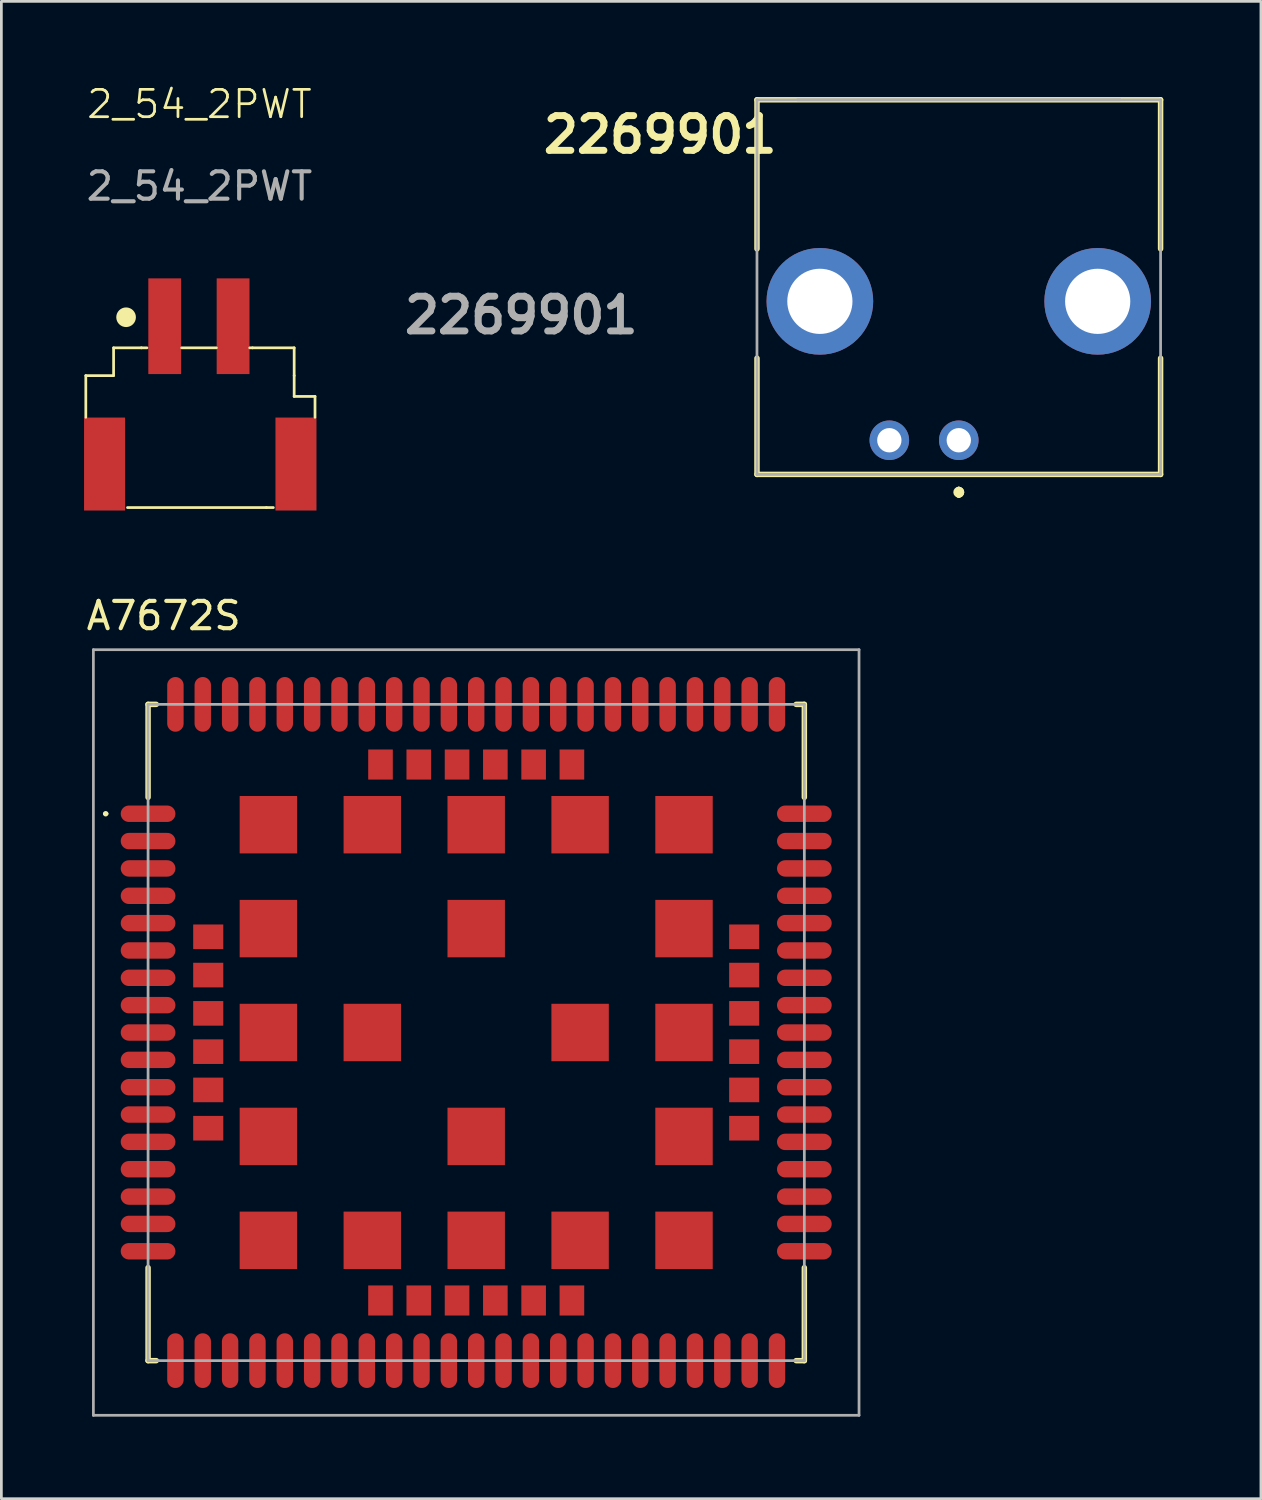
<source format=kicad_pcb>
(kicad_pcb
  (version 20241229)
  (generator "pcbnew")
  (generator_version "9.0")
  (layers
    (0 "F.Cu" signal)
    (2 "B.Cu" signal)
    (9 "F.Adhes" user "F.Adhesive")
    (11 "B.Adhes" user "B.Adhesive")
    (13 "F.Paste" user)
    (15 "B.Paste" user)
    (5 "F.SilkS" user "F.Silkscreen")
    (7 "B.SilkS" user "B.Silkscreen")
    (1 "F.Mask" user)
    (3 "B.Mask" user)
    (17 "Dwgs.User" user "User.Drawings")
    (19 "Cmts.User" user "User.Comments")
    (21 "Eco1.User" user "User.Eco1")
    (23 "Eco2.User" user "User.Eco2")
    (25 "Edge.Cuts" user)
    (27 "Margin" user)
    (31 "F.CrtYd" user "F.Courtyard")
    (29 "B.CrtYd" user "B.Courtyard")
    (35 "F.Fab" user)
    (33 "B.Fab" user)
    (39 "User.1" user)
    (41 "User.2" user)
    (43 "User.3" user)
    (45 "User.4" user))
  (footprint "2_54_2PWT"
    (layer "F.Cu")
    (at 2.374 10.63)
    (property "Reference" "2_54_2PWT" (at 1.87 -9.87 0) (unlocked yes) (layer "F.SilkS") (effects (font (size 1 1) (thickness 0.1))))
    (attr smd)
    (fp_line (start -2.286 0.056) (end -2.286 1.58) (stroke (width 0.1) (type default)) (layer "F.SilkS"))
    (fp_line (start -1.27 -0.96) (end -1.27 0.056) (stroke (width 0.1) (type default)) (layer "F.SilkS"))
    (fp_line (start -1.27 0.056) (end -2.286 0.056) (stroke (width 0.1) (type default)) (layer "F.SilkS"))
    (fp_line (start -0.762 4.882) (end 4.318 4.882) (stroke (width 0.1) (type default)) (layer "F.SilkS"))
    (fp_line (start -0.254 -0.96) (end -1.27 -0.96) (stroke (width 0.1) (type default)) (layer "F.SilkS"))
    (fp_line (start -0.051 -0.96) (end -0.254 -0.96) (stroke (width 0.1) (type default)) (layer "F.SilkS"))
    (fp_line (start 2.489 -0.96) (end 1.219 -0.96) (stroke (width 0.1) (type default)) (layer "F.SilkS"))
    (fp_line (start 3.81 -0.96) (end 3.708 -0.96) (stroke (width 0.1) (type default)) (layer "F.SilkS"))
    (fp_line (start 4.318 4.882) (end 4.572 4.882) (stroke (width 0.1) (type default)) (layer "F.SilkS"))
    (fp_line (start 5.334 -0.96) (end 3.81 -0.96) (stroke (width 0.1) (type default)) (layer "F.SilkS"))
    (fp_line (start 5.334 0.056) (end 5.334 -0.96) (stroke (width 0.1) (type default)) (layer "F.SilkS"))
    (fp_line (start 5.334 0.818) (end 5.334 0.056) (stroke (width 0.1) (type default)) (layer "F.SilkS"))
    (fp_line (start 6.096 0.818) (end 5.334 0.818) (stroke (width 0.1) (type default)) (layer "F.SilkS"))
    (fp_line (start 6.096 1.58) (end 6.096 0.818) (stroke (width 0.1) (type default)) (layer "F.SilkS"))
    (fp_circle (center -0.813 -2.078) (end -0.504 -2.078) (stroke (width 0.1) (type solid)) (fill yes) (layer "F.SilkS"))
    (fp_text user "${REFERENCE}" (at 1.87 -6.87 0) (unlocked yes) (layer "F.Fab") (effects (font (size 1 1) (thickness 0.15))))
    (pad "1" smd rect (at 0.6 -1.75 90) (size 3.5 1.2) (layers "F.Cu" "F.Mask" "F.Paste"))
    (pad "2" smd rect (at 3.1 -1.75 90) (size 3.5 1.2) (layers "F.Cu" "F.Mask" "F.Paste"))
    (pad "3" smd rect (at 5.4 3.29 90) (size 3.4 1.5) (layers "F.Cu" "F.Mask" "F.Paste"))
    (pad "4" smd rect (at -1.6 3.29 90) (size 3.4 1.5) (layers "F.Cu" "F.Mask" "F.Paste")))
  (footprint "2269901"
    (layer "F.Cu")
    (at 32.013 13.05)
    (property "Reference" "2269901" (at -10.922 -11.176 0) (layer "F.SilkS") (effects (font (size 1.27 1.27) (thickness 0.254))))
    (attr through_hole)
    (fp_line (start -7.38 -12.45) (end 7.38 -12.45) (stroke (width 0.2) (type solid)) (layer "F.SilkS"))
    (fp_line (start -7.38 -7) (end -7.38 -12.45) (stroke (width 0.2) (type solid)) (layer "F.SilkS"))
    (fp_line (start -7.38 1.25) (end -7.38 -3) (stroke (width 0.2) (type solid)) (layer "F.SilkS"))
    (fp_line (start 0 1.8) (end 0 1.8) (stroke (width 0.2) (type solid)) (layer "F.SilkS"))
    (fp_line (start 0 2) (end 0 2) (stroke (width 0.2) (type solid)) (layer "F.SilkS"))
    (fp_line (start 0 2) (end 0 2) (stroke (width 0.2) (type solid)) (layer "F.SilkS"))
    (fp_line (start 7.38 -12.45) (end 7.38 -7) (stroke (width 0.2) (type solid)) (layer "F.SilkS"))
    (fp_line (start 7.38 -3) (end 7.38 1.25) (stroke (width 0.2) (type solid)) (layer "F.SilkS"))
    (fp_line (start 7.38 1.25) (end -7.38 1.25) (stroke (width 0.2) (type solid)) (layer "F.SilkS"))
    (fp_arc (start 0 1.8) (mid 0.1 1.9) (end 0 2) (stroke (width 0.2) (type solid)) (layer "F.SilkS"))
    (fp_arc (start 0 1.8) (mid 0.1 1.9) (end 0 2) (stroke (width 0.2) (type solid)) (layer "F.SilkS"))
    (fp_arc (start 0 2) (mid -0.1 1.9) (end 0 1.8) (stroke (width 0.2) (type solid)) (layer "F.SilkS"))
    (fp_line (start -8 -13) (end -8 2) (stroke (width 0.1) (type default)) (layer "Margin"))
    (fp_line (start -8 2) (end 8 2) (stroke (width 0.1) (type default)) (layer "Margin"))
    (fp_line (start 8 -13) (end -8 -13) (stroke (width 0.1) (type default)) (layer "Margin"))
    (fp_line (start 8 2) (end 8 -13) (stroke (width 0.1) (type default)) (layer "Margin"))
    (fp_line (start -7.38 -12.45) (end -7.38 1.25) (stroke (width 0.1) (type solid)) (layer "F.Fab"))
    (fp_line (start -7.38 1.25) (end 7.38 1.25) (stroke (width 0.1) (type solid)) (layer "F.Fab"))
    (fp_line (start 5.9 -12.45) (end -5.9 -12.45) (stroke (width 0.1) (type solid)) (layer "F.Fab"))
    (fp_line (start 7.38 -12.45) (end -7.38 -12.45) (stroke (width 0.1) (type solid)) (layer "F.Fab"))
    (fp_line (start 7.38 1.25) (end 7.38 -12.45) (stroke (width 0.1) (type solid)) (layer "F.Fab"))
    (fp_text user "${REFERENCE}" (at -16.002 -4.572 0) (layer "F.Fab") (effects (font (size 1.27 1.27) (thickness 0.254))))
    (pad "1" thru_hole circle (at 0 0) (size 1.446 1.446) (drill 0.89) (layers "*.Cu" "*.Mask"))
    (pad "2" thru_hole circle (at -2.54 0) (size 1.446 1.446) (drill 0.89) (layers "*.Cu" "*.Mask"))
    (pad "MH1" thru_hole circle (at 5.08 -5.08) (size 3.9 3.9) (drill 2.384) (layers "*.Cu" "*.Mask"))
    (pad "MH2" thru_hole circle (at -5.08 -5.08) (size 3.9 3.9) (drill 2.384) (layers "*.Cu" "*.Mask")))
  (footprint "A7672S"
    (layer "F.Cu")
    (at 14.365 34.709)
    (property "Reference" "A7672S" (at -11.43 -15.24 0) (layer "F.SilkS") (effects (font (size 1 1) (thickness 0.15))))
    (fp_line (start -12 -12) (end -11.7 -12) (stroke (width 0.2) (type solid)) (layer "F.SilkS"))
    (fp_line (start -12 -8.6) (end -12 -12) (stroke (width 0.2) (type solid)) (layer "F.SilkS"))
    (fp_line (start -12 12) (end -12 8.6) (stroke (width 0.2) (type solid)) (layer "F.SilkS"))
    (fp_line (start -11.7 12) (end -12 12) (stroke (width 0.2) (type solid)) (layer "F.SilkS"))
    (fp_line (start 11.7 -12) (end 12 -12) (stroke (width 0.2) (type solid)) (layer "F.SilkS"))
    (fp_line (start 12 -12) (end 12 -8.6) (stroke (width 0.2) (type solid)) (layer "F.SilkS"))
    (fp_line (start 12 8.6) (end 12 12) (stroke (width 0.2) (type solid)) (layer "F.SilkS"))
    (fp_line (start 12 12) (end 11.7 12) (stroke (width 0.2) (type solid)) (layer "F.SilkS"))
    (fp_arc (start -13.6 -8) (mid -13.55 -8.05) (end -13.5 -8) (stroke (width 0.1) (type solid)) (layer "F.SilkS"))
    (fp_arc (start -13.5 -8) (mid -13.55 -7.95) (end -13.6 -8) (stroke (width 0.1) (type solid)) (layer "F.SilkS"))
    (fp_line (start -14 -14) (end 14 -14) (stroke (width 0.1) (type solid)) (layer "F.Fab"))
    (fp_line (start -14 14) (end -14 -14) (stroke (width 0.1) (type solid)) (layer "F.Fab"))
    (fp_line (start -12 -12) (end -12 12) (stroke (width 0.1) (type solid)) (layer "F.Fab"))
    (fp_line (start -12 12) (end 12 12) (stroke (width 0.1) (type solid)) (layer "F.Fab"))
    (fp_line (start 12 -12) (end -12 -12) (stroke (width 0.1) (type solid)) (layer "F.Fab"))
    (fp_line (start 12 12) (end 12 -12) (stroke (width 0.1) (type solid)) (layer "F.Fab"))
    (fp_line (start 14 -14) (end 14 14) (stroke (width 0.1) (type solid)) (layer "F.Fab"))
    (fp_line (start 14 14) (end -14 14) (stroke (width 0.1) (type solid)) (layer "F.Fab"))
    (pad "1" smd oval (at -12 -8) (size 2 0.6) (layers "F.Cu" "F.Mask" "F.Paste"))
    (pad "2" smd oval (at -12 -7) (size 2 0.6) (layers "F.Cu" "F.Mask" "F.Paste"))
    (pad "3" smd oval (at -12 -6) (size 2 0.6) (layers "F.Cu" "F.Mask" "F.Paste"))
    (pad "4" smd oval (at -12 -5) (size 2 0.6) (layers "F.Cu" "F.Mask" "F.Paste"))
    (pad "5" smd oval (at -12 -4) (size 2 0.6) (layers "F.Cu" "F.Mask" "F.Paste"))
    (pad "6" smd oval (at -12 -3) (size 2 0.6) (layers "F.Cu" "F.Mask" "F.Paste"))
    (pad "7" smd oval (at -12 -2) (size 2 0.6) (layers "F.Cu" "F.Mask" "F.Paste"))
    (pad "8" smd oval (at -12 -1) (size 2 0.6) (layers "F.Cu" "F.Mask" "F.Paste"))
    (pad "9" smd oval (at -12 0) (size 2 0.6) (layers "F.Cu" "F.Mask" "F.Paste"))
    (pad "10" smd oval (at -12 1) (size 2 0.6) (layers "F.Cu" "F.Mask" "F.Paste"))
    (pad "11" smd oval (at -12 2) (size 2 0.6) (layers "F.Cu" "F.Mask" "F.Paste"))
    (pad "12" smd oval (at -12 3) (size 2 0.6) (layers "F.Cu" "F.Mask" "F.Paste"))
    (pad "13" smd oval (at -12 4) (size 2 0.6) (layers "F.Cu" "F.Mask" "F.Paste"))
    (pad "14" smd oval (at -12 5) (size 2 0.6) (layers "F.Cu" "F.Mask" "F.Paste"))
    (pad "15" smd oval (at -12 6) (size 2 0.6) (layers "F.Cu" "F.Mask" "F.Paste"))
    (pad "16" smd oval (at -12 7) (size 2 0.6) (layers "F.Cu" "F.Mask" "F.Paste"))
    (pad "17" smd oval (at -12 8) (size 2 0.6) (layers "F.Cu" "F.Mask" "F.Paste"))
    (pad "18" smd oval (at -8 12 90) (size 2 0.6) (layers "F.Cu" "F.Mask" "F.Paste"))
    (pad "19" smd oval (at -7 12 90) (size 2 0.6) (layers "F.Cu" "F.Mask" "F.Paste"))
    (pad "20" smd oval (at -6 12 90) (size 2 0.6) (layers "F.Cu" "F.Mask" "F.Paste"))
    (pad "21" smd oval (at -5 12 90) (size 2 0.6) (layers "F.Cu" "F.Mask" "F.Paste"))
    (pad "22" smd oval (at -4 12 90) (size 2 0.6) (layers "F.Cu" "F.Mask" "F.Paste"))
    (pad "23" smd oval (at -3 12 90) (size 2 0.6) (layers "F.Cu" "F.Mask" "F.Paste"))
    (pad "24" smd oval (at -2 12 90) (size 2 0.6) (layers "F.Cu" "F.Mask" "F.Paste"))
    (pad "25" smd oval (at -1 12 90) (size 2 0.6) (layers "F.Cu" "F.Mask" "F.Paste"))
    (pad "26" smd oval (at 0 12 90) (size 2 0.6) (layers "F.Cu" "F.Mask" "F.Paste"))
    (pad "27" smd oval (at 1 12 90) (size 2 0.6) (layers "F.Cu" "F.Mask" "F.Paste"))
    (pad "28" smd oval (at 2 12 90) (size 2 0.6) (layers "F.Cu" "F.Mask" "F.Paste"))
    (pad "29" smd oval (at 3 12 90) (size 2 0.6) (layers "F.Cu" "F.Mask" "F.Paste"))
    (pad "30" smd oval (at 4 12 90) (size 2 0.6) (layers "F.Cu" "F.Mask" "F.Paste"))
    (pad "31" smd oval (at 5 12 90) (size 2 0.6) (layers "F.Cu" "F.Mask" "F.Paste"))
    (pad "32" smd oval (at 6 12 90) (size 2 0.6) (layers "F.Cu" "F.Mask" "F.Paste"))
    (pad "33" smd oval (at 7 12 90) (size 2 0.6) (layers "F.Cu" "F.Mask" "F.Paste"))
    (pad "34" smd oval (at 8 12 90) (size 2 0.6) (layers "F.Cu" "F.Mask" "F.Paste"))
    (pad "35" smd oval (at 12 8) (size 2 0.6) (layers "F.Cu" "F.Mask" "F.Paste"))
    (pad "36" smd oval (at 12 7) (size 2 0.6) (layers "F.Cu" "F.Mask" "F.Paste"))
    (pad "37" smd oval (at 12 6) (size 2 0.6) (layers "F.Cu" "F.Mask" "F.Paste"))
    (pad "38" smd oval (at 12 5) (size 2 0.6) (layers "F.Cu" "F.Mask" "F.Paste"))
    (pad "39" smd oval (at 12 4) (size 2 0.6) (layers "F.Cu" "F.Mask" "F.Paste"))
    (pad "40" smd oval (at 12 3) (size 2 0.6) (layers "F.Cu" "F.Mask" "F.Paste"))
    (pad "41" smd oval (at 12 2) (size 2 0.6) (layers "F.Cu" "F.Mask" "F.Paste"))
    (pad "42" smd oval (at 12 1) (size 2 0.6) (layers "F.Cu" "F.Mask" "F.Paste"))
    (pad "43" smd oval (at 12 0) (size 2 0.6) (layers "F.Cu" "F.Mask" "F.Paste"))
    (pad "44" smd oval (at 12 -1) (size 2 0.6) (layers "F.Cu" "F.Mask" "F.Paste"))
    (pad "45" smd oval (at 12 -2) (size 2 0.6) (layers "F.Cu" "F.Mask" "F.Paste"))
    (pad "46" smd oval (at 12 -3) (size 2 0.6) (layers "F.Cu" "F.Mask" "F.Paste"))
    (pad "47" smd oval (at 12 -4) (size 2 0.6) (layers "F.Cu" "F.Mask" "F.Paste"))
    (pad "48" smd oval (at 12 -5) (size 2 0.6) (layers "F.Cu" "F.Mask" "F.Paste"))
    (pad "49" smd oval (at 12 -6) (size 2 0.6) (layers "F.Cu" "F.Mask" "F.Paste"))
    (pad "50" smd oval (at 12 -7) (size 2 0.6) (layers "F.Cu" "F.Mask" "F.Paste"))
    (pad "51" smd oval (at 12 -8) (size 2 0.6) (layers "F.Cu" "F.Mask" "F.Paste"))
    (pad "52" smd oval (at 8 -12 90) (size 2 0.6) (layers "F.Cu" "F.Mask" "F.Paste"))
    (pad "53" smd oval (at 7 -12 90) (size 2 0.6) (layers "F.Cu" "F.Mask" "F.Paste"))
    (pad "54" smd oval (at 6 -12 90) (size 2 0.6) (layers "F.Cu" "F.Mask" "F.Paste"))
    (pad "55" smd oval (at 5 -12 90) (size 2 0.6) (layers "F.Cu" "F.Mask" "F.Paste"))
    (pad "56" smd oval (at 4 -12 90) (size 2 0.6) (layers "F.Cu" "F.Mask" "F.Paste"))
    (pad "57" smd oval (at 3 -12 90) (size 2 0.6) (layers "F.Cu" "F.Mask" "F.Paste"))
    (pad "58" smd oval (at 2 -12 90) (size 2 0.6) (layers "F.Cu" "F.Mask" "F.Paste"))
    (pad "59" smd oval (at 1 -12 90) (size 2 0.6) (layers "F.Cu" "F.Mask" "F.Paste"))
    (pad "60" smd oval (at 0 -12 90) (size 2 0.6) (layers "F.Cu" "F.Mask" "F.Paste"))
    (pad "61" smd oval (at -1 -12 90) (size 2 0.6) (layers "F.Cu" "F.Mask" "F.Paste"))
    (pad "62" smd oval (at -2 -12 90) (size 2 0.6) (layers "F.Cu" "F.Mask" "F.Paste"))
    (pad "63" smd oval (at -3 -12 90) (size 2 0.6) (layers "F.Cu" "F.Mask" "F.Paste"))
    (pad "64" smd oval (at -4 -12 90) (size 2 0.6) (layers "F.Cu" "F.Mask" "F.Paste"))
    (pad "65" smd oval (at -5 -12 90) (size 2 0.6) (layers "F.Cu" "F.Mask" "F.Paste"))
    (pad "66" smd oval (at -6 -12 90) (size 2 0.6) (layers "F.Cu" "F.Mask" "F.Paste"))
    (pad "67" smd oval (at -7 -12 90) (size 2 0.6) (layers "F.Cu" "F.Mask" "F.Paste"))
    (pad "68" smd oval (at -8 -12 90) (size 2 0.6) (layers "F.Cu" "F.Mask" "F.Paste"))
    (pad "69" smd rect (at -7.6 -7.6) (size 2.1 2.1) (layers "F.Cu" "F.Mask" "F.Paste"))
    (pad "70" smd rect (at -7.6 -3.8) (size 2.1 2.1) (layers "F.Cu" "F.Mask" "F.Paste"))
    (pad "71" smd rect (at -7.6 0) (size 2.1 2.1) (layers "F.Cu" "F.Mask" "F.Paste"))
    (pad "72" smd rect (at -7.6 3.8) (size 2.1 2.1) (layers "F.Cu" "F.Mask" "F.Paste"))
    (pad "73" smd rect (at -7.6 7.6) (size 2.1 2.1) (layers "F.Cu" "F.Mask" "F.Paste"))
    (pad "74" smd rect (at -3.8 7.6) (size 2.1 2.1) (layers "F.Cu" "F.Mask" "F.Paste"))
    (pad "75" smd rect (at 0 7.6) (size 2.1 2.1) (layers "F.Cu" "F.Mask" "F.Paste"))
    (pad "76" smd rect (at 3.8 7.6) (size 2.1 2.1) (layers "F.Cu" "F.Mask" "F.Paste"))
    (pad "77" smd rect (at 7.6 7.6) (size 2.1 2.1) (layers "F.Cu" "F.Mask" "F.Paste"))
    (pad "78" smd rect (at 7.6 3.8) (size 2.1 2.1) (layers "F.Cu" "F.Mask" "F.Paste"))
    (pad "79" smd rect (at 7.6 0) (size 2.1 2.1) (layers "F.Cu" "F.Mask" "F.Paste"))
    (pad "80" smd rect (at 7.6 -3.8) (size 2.1 2.1) (layers "F.Cu" "F.Mask" "F.Paste"))
    (pad "81" smd rect (at 7.6 -7.6) (size 2.1 2.1) (layers "F.Cu" "F.Mask" "F.Paste"))
    (pad "82" smd rect (at 3.8 -7.6) (size 2.1 2.1) (layers "F.Cu" "F.Mask" "F.Paste"))
    (pad "83" smd rect (at 0 -7.6) (size 2.1 2.1) (layers "F.Cu" "F.Mask" "F.Paste"))
    (pad "84" smd rect (at -3.8 -7.6) (size 2.1 2.1) (layers "F.Cu" "F.Mask" "F.Paste"))
    (pad "85" smd rect (at -3.8 0) (size 2.1 2.1) (layers "F.Cu" "F.Mask" "F.Paste"))
    (pad "86" smd rect (at 0 3.8) (size 2.1 2.1) (layers "F.Cu" "F.Mask" "F.Paste"))
    (pad "87" smd rect (at 3.8 0) (size 2.1 2.1) (layers "F.Cu" "F.Mask" "F.Paste"))
    (pad "88" smd rect (at 0 -3.8) (size 2.1 2.1) (layers "F.Cu" "F.Mask" "F.Paste"))
    (pad "89" smd oval (at -11 12 90) (size 2 0.6) (layers "F.Cu" "F.Mask" "F.Paste"))
    (pad "90" smd oval (at -10 12 90) (size 2 0.6) (layers "F.Cu" "F.Mask" "F.Paste"))
    (pad "91" smd oval (at -9 12 90) (size 2 0.6) (layers "F.Cu" "F.Mask" "F.Paste"))
    (pad "92" smd oval (at 9 12 90) (size 2 0.6) (layers "F.Cu" "F.Mask" "F.Paste"))
    (pad "93" smd oval (at 10 12 90) (size 2 0.6) (layers "F.Cu" "F.Mask" "F.Paste"))
    (pad "94" smd oval (at 11 12 90) (size 2 0.6) (layers "F.Cu" "F.Mask" "F.Paste"))
    (pad "95" smd oval (at 11 -12 90) (size 2 0.6) (layers "F.Cu" "F.Mask" "F.Paste"))
    (pad "96" smd oval (at 10 -12 90) (size 2 0.6) (layers "F.Cu" "F.Mask" "F.Paste"))
    (pad "97" smd oval (at 9 -12 90) (size 2 0.6) (layers "F.Cu" "F.Mask" "F.Paste"))
    (pad "98" smd oval (at -9 -12 90) (size 2 0.6) (layers "F.Cu" "F.Mask" "F.Paste"))
    (pad "99" smd oval (at -10 -12 90) (size 2 0.6) (layers "F.Cu" "F.Mask" "F.Paste"))
    (pad "100" smd oval (at -11 -12 90) (size 2 0.6) (layers "F.Cu" "F.Mask" "F.Paste"))
    (pad "101" smd rect (at -9.8 -3.5) (size 1.1 0.9) (layers "F.Cu" "F.Mask" "F.Paste"))
    (pad "102" smd rect (at -9.8 -2.1) (size 1.1 0.9) (layers "F.Cu" "F.Mask" "F.Paste"))
    (pad "103" smd rect (at -9.8 -0.7) (size 1.1 0.9) (layers "F.Cu" "F.Mask" "F.Paste"))
    (pad "104" smd rect (at -9.8 0.7) (size 1.1 0.9) (layers "F.Cu" "F.Mask" "F.Paste"))
    (pad "105" smd rect (at -9.8 2.1) (size 1.1 0.9) (layers "F.Cu" "F.Mask" "F.Paste"))
    (pad "106" smd rect (at -9.8 3.5) (size 1.1 0.9) (layers "F.Cu" "F.Mask" "F.Paste"))
    (pad "107" smd rect (at -3.5 9.8 90) (size 1.1 0.9) (layers "F.Cu" "F.Mask" "F.Paste"))
    (pad "108" smd rect (at -2.1 9.8 90) (size 1.1 0.9) (layers "F.Cu" "F.Mask" "F.Paste"))
    (pad "109" smd rect (at -0.7 9.8 90) (size 1.1 0.9) (layers "F.Cu" "F.Mask" "F.Paste"))
    (pad "110" smd rect (at 0.7 9.8 90) (size 1.1 0.9) (layers "F.Cu" "F.Mask" "F.Paste"))
    (pad "111" smd rect (at 2.1 9.8 90) (size 1.1 0.9) (layers "F.Cu" "F.Mask" "F.Paste"))
    (pad "112" smd rect (at 3.5 9.8 90) (size 1.1 0.9) (layers "F.Cu" "F.Mask" "F.Paste"))
    (pad "113" smd rect (at 9.8 3.5) (size 1.1 0.9) (layers "F.Cu" "F.Mask" "F.Paste"))
    (pad "114" smd rect (at 9.8 2.1) (size 1.1 0.9) (layers "F.Cu" "F.Mask" "F.Paste"))
    (pad "115" smd rect (at 9.8 0.7) (size 1.1 0.9) (layers "F.Cu" "F.Mask" "F.Paste"))
    (pad "116" smd rect (at 9.8 -0.7) (size 1.1 0.9) (layers "F.Cu" "F.Mask" "F.Paste"))
    (pad "117" smd rect (at 9.8 -2.1) (size 1.1 0.9) (layers "F.Cu" "F.Mask" "F.Paste"))
    (pad "118" smd rect (at 9.8 -3.5) (size 1.1 0.9) (layers "F.Cu" "F.Mask" "F.Paste"))
    (pad "119" smd rect (at 3.5 -9.8 90) (size 1.1 0.9) (layers "F.Cu" "F.Mask" "F.Paste"))
    (pad "120" smd rect (at 2.1 -9.8 90) (size 1.1 0.9) (layers "F.Cu" "F.Mask" "F.Paste"))
    (pad "121" smd rect (at 0.7 -9.8 90) (size 1.1 0.9) (layers "F.Cu" "F.Mask" "F.Paste"))
    (pad "122" smd rect (at -0.7 -9.8 90) (size 1.1 0.9) (layers "F.Cu" "F.Mask" "F.Paste"))
    (pad "123" smd rect (at -2.1 -9.8 90) (size 1.1 0.9) (layers "F.Cu" "F.Mask" "F.Paste"))
    (pad "124" smd rect (at -3.5 -9.8 90) (size 1.1 0.9) (layers "F.Cu" "F.Mask" "F.Paste")))
  (gr_rect
    (start -3 -3)
    (end 43.063 51.759)
    (stroke (width 0.1) (type default))
    (fill no)
    (layer "Edge.Cuts")))
</source>
